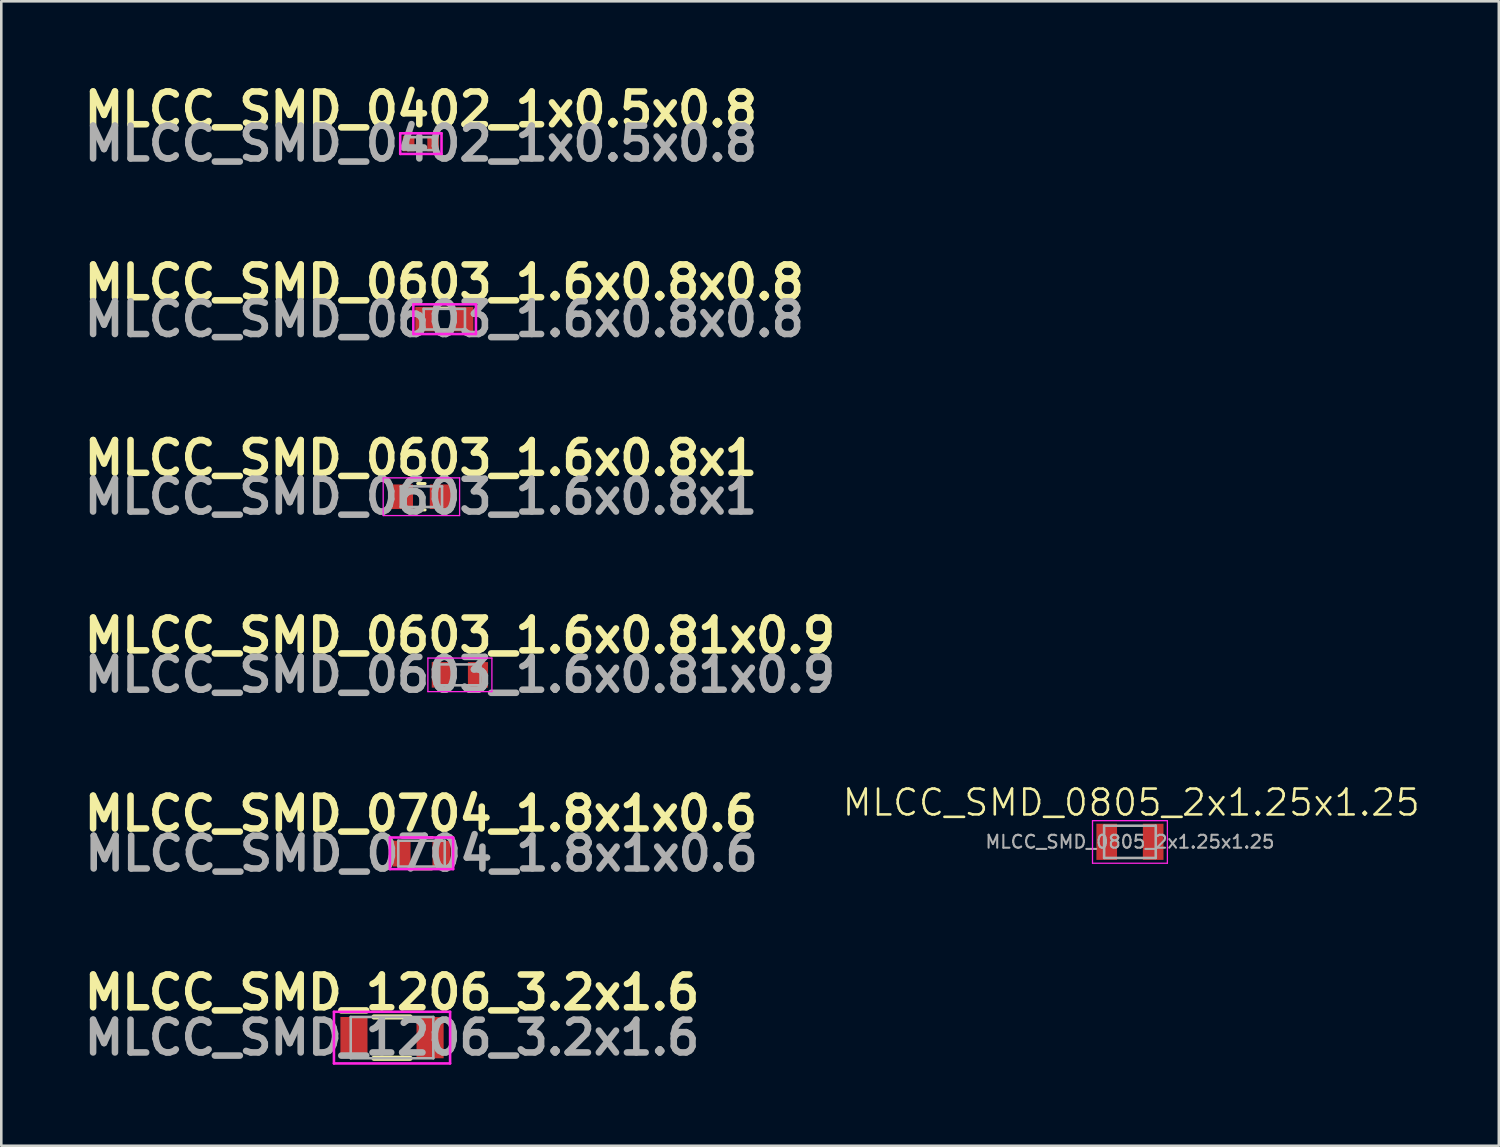
<source format=kicad_pcb>
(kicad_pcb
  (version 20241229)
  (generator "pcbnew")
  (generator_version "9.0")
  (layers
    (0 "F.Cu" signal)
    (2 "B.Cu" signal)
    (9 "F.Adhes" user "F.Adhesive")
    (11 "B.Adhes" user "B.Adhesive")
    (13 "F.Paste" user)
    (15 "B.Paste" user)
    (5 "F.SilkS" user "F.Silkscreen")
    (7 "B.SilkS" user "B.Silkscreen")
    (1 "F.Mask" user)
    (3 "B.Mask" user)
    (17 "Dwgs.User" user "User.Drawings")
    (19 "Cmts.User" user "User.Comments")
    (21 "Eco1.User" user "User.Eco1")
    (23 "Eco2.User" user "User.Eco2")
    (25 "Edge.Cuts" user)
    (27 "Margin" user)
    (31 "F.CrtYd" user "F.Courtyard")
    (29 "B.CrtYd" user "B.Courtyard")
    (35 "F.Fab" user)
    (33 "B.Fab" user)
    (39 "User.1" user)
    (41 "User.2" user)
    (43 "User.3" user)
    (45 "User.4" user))
  (footprint "MLCC_SMD_0805_2x1.25x1.25"
    (layer "F.Cu")
    (at 40.778 29.545)
    (property "Reference" "MLCC_SMD_0805_2x1.25x1.25" (at 0 -1.5 0) (unlocked yes) (layer "F.SilkS") (effects (font (size 1 1) (thickness 0.1))))
    (attr smd)
    (fp_line (start -1.5 -0.8) (end 1.4 -0.8) (stroke (width 0.05) (type solid)) (layer "F.CrtYd"))
    (fp_line (start -1.5 0.85) (end -1.5 -0.8) (stroke (width 0.05) (type solid)) (layer "F.CrtYd"))
    (fp_line (start 1.4 -0.8) (end 1.4 0.85) (stroke (width 0.05) (type solid)) (layer "F.CrtYd"))
    (fp_line (start 1.4 0.85) (end -1.5 0.85) (stroke (width 0.05) (type solid)) (layer "F.CrtYd"))
    (fp_line (start -1.05 -0.605) (end 0.95 -0.605) (stroke (width 0.1) (type solid)) (layer "F.Fab"))
    (fp_line (start -1.05 0.645) (end -1.05 -0.605) (stroke (width 0.1) (type solid)) (layer "F.Fab"))
    (fp_line (start 0.95 -0.605) (end 0.95 0.645) (stroke (width 0.1) (type solid)) (layer "F.Fab"))
    (fp_line (start 0.95 0.645) (end -1.05 0.645) (stroke (width 0.1) (type solid)) (layer "F.Fab"))
    (fp_text user "${REFERENCE}" (at -0.05 0.02 0) (layer "F.Fab") (effects (font (size 0.5 0.5) (thickness 0.08))))
    (pad "1" smd rect (at -0.95 0.02) (size 0.8 1.4) (layers "F.Cu" "F.Mask" "F.Paste"))
    (pad "2" smd rect (at 0.85 0.02) (size 0.8 1.4) (layers "F.Cu" "F.Mask" "F.Paste")))
  (footprint "MLCC_SMD_0603_1.6x0.8x0.8"
    (layer "F.Cu")
    (at 14.164 9.316)
    (property "Reference" "MLCC_SMD_0603_1.6x0.8x0.8" (at 0 -1.425 0) (layer "F.SilkS") (effects (font (size 1.27 1.27) (thickness 0.254))))
    (attr smd)
    (fp_line (start -0.125 -0.425) (end 0.156 -0.425) (stroke (width 0.12) (type solid)) (layer "F.SilkS"))
    (fp_line (start -0.125 0.425) (end 0.156 0.425) (stroke (width 0.12) (type solid)) (layer "F.SilkS"))
    (fp_line (start -1.2 -0.575) (end 1.225 -0.575) (stroke (width 0.1) (type solid)) (layer "F.CrtYd"))
    (fp_line (start -1.2 0.575) (end -1.2 -0.575) (stroke (width 0.1) (type solid)) (layer "F.CrtYd"))
    (fp_line (start 1.225 -0.575) (end 1.225 0.575) (stroke (width 0.1) (type solid)) (layer "F.CrtYd"))
    (fp_line (start 1.225 0.575) (end -1.2 0.575) (stroke (width 0.1) (type solid)) (layer "F.CrtYd"))
    (fp_line (start -0.8 -0.4) (end 0.8 -0.4) (stroke (width 0.1) (type solid)) (layer "F.Fab"))
    (fp_line (start -0.8 0.4) (end -0.8 -0.4) (stroke (width 0.1) (type solid)) (layer "F.Fab"))
    (fp_line (start 0.8 -0.4) (end 0.8 0.4) (stroke (width 0.1) (type solid)) (layer "F.Fab"))
    (fp_line (start 0.8 0.4) (end -0.8 0.4) (stroke (width 0.1) (type solid)) (layer "F.Fab"))
    (fp_text user "${REFERENCE}" (at 0 0 0) (layer "F.Fab") (effects (font (size 1.27 1.27) (thickness 0.254))))
    (pad "1" smd rect (at -0.75 0) (size 0.75 0.95) (layers "F.Cu" "F.Mask" "F.Paste"))
    (pad "2" smd rect (at 0.75 0) (size 0.75 0.95) (layers "F.Cu" "F.Mask" "F.Paste")))
  (footprint "MLCC_SMD_1206_3.2x1.6"
    (layer "F.Cu")
    (at 12.138 37.151)
    (property "Reference" "MLCC_SMD_1206_3.2x1.6" (at 0 -1.75 0) (layer "F.SilkS") (effects (font (size 1.27 1.27) (thickness 0.254))))
    (attr smd)
    (fp_line (start -0.7 -0.8) (end 0.7 -0.8) (stroke (width 0.2) (type solid)) (layer "F.SilkS"))
    (fp_line (start -0.7 0.8) (end 0.7 0.8) (stroke (width 0.2) (type solid)) (layer "F.SilkS"))
    (fp_line (start -2.25 -1) (end 2.25 -1) (stroke (width 0.1) (type solid)) (layer "F.CrtYd"))
    (fp_line (start -2.25 1) (end -2.25 -1) (stroke (width 0.1) (type solid)) (layer "F.CrtYd"))
    (fp_line (start 2.25 -1) (end 2.25 1) (stroke (width 0.1) (type solid)) (layer "F.CrtYd"))
    (fp_line (start 2.25 1) (end -2.25 1) (stroke (width 0.1) (type solid)) (layer "F.CrtYd"))
    (fp_line (start -1.6 -0.8) (end 1.6 -0.8) (stroke (width 0.1) (type solid)) (layer "F.Fab"))
    (fp_line (start -1.6 0.8) (end -1.6 -0.8) (stroke (width 0.1) (type solid)) (layer "F.Fab"))
    (fp_line (start 1.6 -0.8) (end 1.6 0.8) (stroke (width 0.1) (type solid)) (layer "F.Fab"))
    (fp_line (start 1.6 0.8) (end -1.6 0.8) (stroke (width 0.1) (type solid)) (layer "F.Fab"))
    (fp_text user "${REFERENCE}" (at 0 0 0) (layer "F.Fab") (effects (font (size 1.27 1.27) (thickness 0.254))))
    (pad "1" smd rect (at -1.475 0) (size 1.05 1.6) (layers "F.Cu" "F.Mask" "F.Paste"))
    (pad "2" smd rect (at 1.475 0) (size 1.05 1.6) (layers "F.Cu" "F.Mask" "F.Paste")))
  (footprint "MLCC_SMD_0603_1.6x0.81x0.9"
    (layer "F.Cu")
    (at 14.768 23.096)
    (property "Reference" "MLCC_SMD_0603_1.6x0.81x0.9" (at 0 -1.525 0) (layer "F.SilkS") (effects (font (size 1.27 1.27) (thickness 0.254))))
    (attr smd)
    (fp_line (start -1.24 -0.65) (end 1.24 -0.65) (stroke (width 0.05) (type solid)) (layer "F.CrtYd"))
    (fp_line (start -1.24 0.65) (end -1.24 -0.65) (stroke (width 0.05) (type solid)) (layer "F.CrtYd"))
    (fp_line (start 1.24 -0.65) (end 1.24 0.65) (stroke (width 0.05) (type solid)) (layer "F.CrtYd"))
    (fp_line (start 1.24 0.65) (end -1.24 0.65) (stroke (width 0.05) (type solid)) (layer "F.CrtYd"))
    (fp_line (start -0.8 -0.405) (end 0.8 -0.405) (stroke (width 0.1) (type solid)) (layer "F.Fab"))
    (fp_line (start -0.8 0.405) (end -0.8 -0.405) (stroke (width 0.1) (type solid)) (layer "F.Fab"))
    (fp_line (start 0.8 -0.405) (end 0.8 0.405) (stroke (width 0.1) (type solid)) (layer "F.Fab"))
    (fp_line (start 0.8 0.405) (end -0.8 0.405) (stroke (width 0.1) (type solid)) (layer "F.Fab"))
    (fp_text user "${REFERENCE}" (at 0 0 0) (layer "F.Fab") (effects (font (size 1.27 1.27) (thickness 0.254))))
    (pad "1" smd rect (at -0.7 0) (size 0.78 0.99) (layers "F.Cu" "F.Mask" "F.Paste"))
    (pad "2" smd rect (at 0.7 0) (size 0.78 0.99) (layers "F.Cu" "F.Mask" "F.Paste")))
  (footprint "MLCC_SMD_0704_1.8x1x0.6"
    (layer "F.Cu")
    (at 13.281 30.023)
    (property "Reference" "MLCC_SMD_0704_1.8x1x0.6" (at -0.025 -1.55 0) (layer "F.SilkS") (effects (font (size 1.27 1.27) (thickness 0.254))))
    (attr smd)
    (fp_line (start -0.4 0.6) (end 0.4 0.6) (stroke (width 0.1) (type solid)) (layer "F.SilkS"))
    (fp_line (start -0.375 -0.625) (end 0.425 -0.625) (stroke (width 0.1) (type solid)) (layer "F.SilkS"))
    (fp_line (start -1.225 -0.625) (end 1.225 -0.625) (stroke (width 0.1) (type solid)) (layer "F.CrtYd"))
    (fp_line (start -1.225 0.6) (end -1.225 -0.625) (stroke (width 0.1) (type solid)) (layer "F.CrtYd"))
    (fp_line (start 1.225 -0.625) (end 1.225 0.6) (stroke (width 0.1) (type solid)) (layer "F.CrtYd"))
    (fp_line (start 1.225 0.6) (end -1.225 0.6) (stroke (width 0.1) (type solid)) (layer "F.CrtYd"))
    (fp_line (start -0.9 -0.5) (end 0.9 -0.5) (stroke (width 0.1) (type solid)) (layer "F.Fab"))
    (fp_line (start -0.9 0.5) (end -0.9 -0.5) (stroke (width 0.1) (type solid)) (layer "F.Fab"))
    (fp_line (start 0.9 -0.5) (end 0.9 0.5) (stroke (width 0.1) (type solid)) (layer "F.Fab"))
    (fp_line (start 0.9 0.5) (end -0.9 0.5) (stroke (width 0.1) (type solid)) (layer "F.Fab"))
    (fp_text user "${REFERENCE}" (at 0 0 0) (layer "F.Fab") (effects (font (size 1.27 1.27) (thickness 0.254))))
    (pad "1" smd rect (at -0.775 0) (size 0.7 1) (layers "F.Cu" "F.Mask" "F.Paste"))
    (pad "2" smd rect (at 0.775 0) (size 0.7 1) (layers "F.Cu" "F.Mask" "F.Paste")))
  (footprint "MLCC_SMD_0402_1x0.5x0.8"
    (layer "F.Cu")
    (at 13.256 2.514)
    (property "Reference" "MLCC_SMD_0402_1x0.5x0.8" (at 0 -1.325 0) (layer "F.SilkS") (effects (font (size 1.27 1.27) (thickness 0.254))))
    (attr smd)
    (fp_line (start -0.8 -0.4) (end 0.8 -0.4) (stroke (width 0.1) (type solid)) (layer "F.CrtYd"))
    (fp_line (start -0.8 0.4) (end -0.8 -0.4) (stroke (width 0.1) (type solid)) (layer "F.CrtYd"))
    (fp_line (start 0.8 -0.4) (end 0.8 0.4) (stroke (width 0.1) (type solid)) (layer "F.CrtYd"))
    (fp_line (start 0.8 0.4) (end -0.8 0.4) (stroke (width 0.1) (type solid)) (layer "F.CrtYd"))
    (fp_line (start -0.5 -0.25) (end 0.5 -0.25) (stroke (width 0.1) (type solid)) (layer "F.Fab"))
    (fp_line (start -0.5 0.25) (end -0.5 -0.25) (stroke (width 0.1) (type solid)) (layer "F.Fab"))
    (fp_line (start 0.5 -0.25) (end 0.5 0.25) (stroke (width 0.1) (type solid)) (layer "F.Fab"))
    (fp_line (start 0.5 0.25) (end -0.5 0.25) (stroke (width 0.1) (type solid)) (layer "F.Fab"))
    (fp_text user "${REFERENCE}" (at 0 0 0) (layer "F.Fab") (effects (font (size 1.27 1.27) (thickness 0.254))))
    (pad "1" smd rect (at -0.475 0) (size 0.45 0.6) (layers "F.Cu" "F.Mask" "F.Paste"))
    (pad "2" smd rect (at 0.475 0) (size 0.45 0.6) (layers "F.Cu" "F.Mask" "F.Paste")))
  (footprint "MLCC_SMD_0603_1.6x0.8x1"
    (layer "F.Cu")
    (at 13.256 16.194)
    (property "Reference" "MLCC_SMD_0603_1.6x0.8x1" (at 0 -1.5 0) (layer "F.SilkS") (effects (font (size 1.27 1.27) (thickness 0.254))))
    (attr smd)
    (fp_line (start -0.121 -0.51) (end 0.161 -0.51) (stroke (width 0.12) (type solid)) (layer "F.SilkS"))
    (fp_line (start -0.121 0.51) (end 0.161 0.51) (stroke (width 0.12) (type solid)) (layer "F.SilkS"))
    (fp_line (start -1.46 -0.73) (end 1.5 -0.73) (stroke (width 0.05) (type solid)) (layer "F.CrtYd"))
    (fp_line (start -1.46 0.73) (end -1.46 -0.73) (stroke (width 0.05) (type solid)) (layer "F.CrtYd"))
    (fp_line (start 1.5 -0.73) (end 1.5 0.73) (stroke (width 0.05) (type solid)) (layer "F.CrtYd"))
    (fp_line (start 1.5 0.73) (end -1.46 0.73) (stroke (width 0.05) (type solid)) (layer "F.CrtYd"))
    (fp_line (start -0.78 -0.4) (end 0.82 -0.4) (stroke (width 0.1) (type solid)) (layer "F.Fab"))
    (fp_line (start -0.78 0.4) (end -0.78 -0.4) (stroke (width 0.1) (type solid)) (layer "F.Fab"))
    (fp_line (start 0.82 -0.4) (end 0.82 0.4) (stroke (width 0.1) (type solid)) (layer "F.Fab"))
    (fp_line (start 0.82 0.4) (end -0.78 0.4) (stroke (width 0.1) (type solid)) (layer "F.Fab"))
    (fp_text user "${REFERENCE}" (at 0 0 0) (layer "F.Fab") (effects (font (size 1.27 1.27) (thickness 0.254))))
    (pad "1" smd rect (at -0.755 0) (size 0.9 0.95) (layers "F.Cu" "F.Mask" "F.Paste"))
    (pad "2" smd rect (at 0.795 0) (size 0.9 0.95) (layers "F.Cu" "F.Mask" "F.Paste")))
  (gr_rect
    (start -3 -3)
    (end 55.019 41.34)
    (stroke (width 0.1) (type default))
    (fill no)
    (layer "Edge.Cuts")))
</source>
